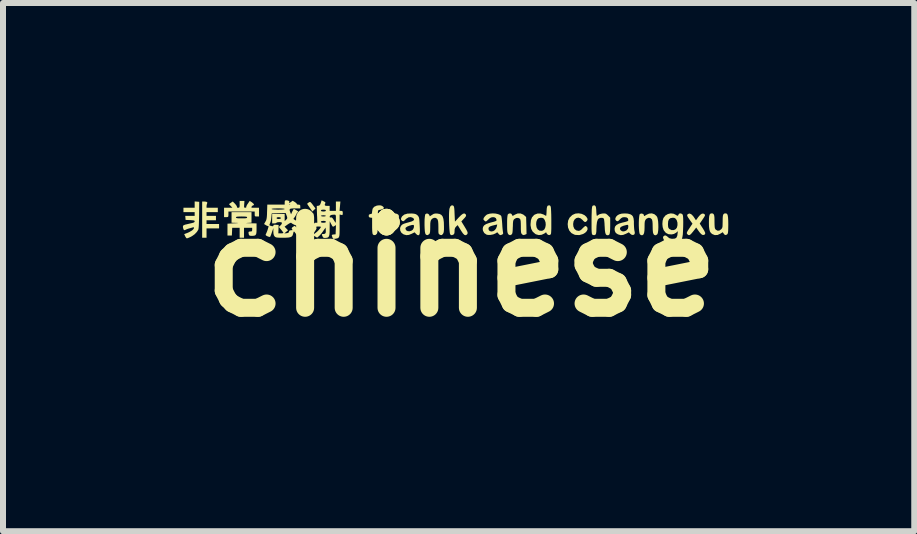
<source format=kicad_pcb>
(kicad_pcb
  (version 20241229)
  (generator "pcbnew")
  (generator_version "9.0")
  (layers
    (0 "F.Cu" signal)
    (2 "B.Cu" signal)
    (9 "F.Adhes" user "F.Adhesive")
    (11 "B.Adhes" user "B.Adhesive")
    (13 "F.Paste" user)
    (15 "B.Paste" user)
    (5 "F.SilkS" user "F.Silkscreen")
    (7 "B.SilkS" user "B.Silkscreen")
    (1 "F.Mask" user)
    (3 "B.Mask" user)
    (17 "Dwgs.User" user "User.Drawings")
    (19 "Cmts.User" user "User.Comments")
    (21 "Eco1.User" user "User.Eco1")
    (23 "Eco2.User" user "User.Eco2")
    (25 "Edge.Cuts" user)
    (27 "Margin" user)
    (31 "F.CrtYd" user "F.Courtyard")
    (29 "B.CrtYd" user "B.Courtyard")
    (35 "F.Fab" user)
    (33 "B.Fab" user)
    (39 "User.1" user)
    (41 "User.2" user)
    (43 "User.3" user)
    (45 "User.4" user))
  (footprint "chinese"
    (layer "F.Cu")
    (at 4.645 1.404)
    (property "Reference" "chinese" (at 0 0 0) (layer "F.SilkS") (effects (font (size 1.5 1.5) (thickness 0.3))))
    (attr board_only exclude_from_pos_files exclude_from_bom)
    (fp_poly (pts (xy -2.51 -1.076) (xy -2.491 -1.054) (xy -2.478 -1.036) (xy -2.434 -0.978) (xy -2.46 -0.952) (xy -2.486 -0.927) (xy -2.529 -0.989) (xy -2.551 -1.02) (xy -2.566 -1.043) (xy -2.573 -1.055) (xy -2.573 -1.056) (xy -2.566 -1.064) (xy -2.548 -1.077) (xy -2.534 -1.085) (xy -2.523 -1.086)) (stroke (width 0) (type solid)) (fill yes) (layer "F.SilkS"))
    (fp_poly (pts (xy -4.29 -1.094) (xy -4.255 -1.09) (xy -4.238 -1.079) (xy -4.241 -1.063) (xy -4.241 -1.062) (xy -4.248 -1.041) (xy -4.251 -1.018) (xy -4.251 -0.99) (xy -4.157 -0.99) (xy -4.063 -0.99) (xy -4.063 -0.953) (xy -4.063 -0.917) (xy -4.157 -0.917) (xy -4.251 -0.917) (xy -4.251 -0.886) (xy -4.251 -0.854) (xy -4.173 -0.854) (xy -4.094 -0.854) (xy -4.094 -0.818) (xy -4.094 -0.781) (xy -4.173 -0.781) (xy -4.251 -0.781) (xy -4.251 -0.75) (xy -4.251 -0.719) (xy -4.147 -0.719) (xy -4.042 -0.719) (xy -4.042 -0.682) (xy -4.042 -0.646) (xy -4.147 -0.646) (xy -4.251 -0.646) (xy -4.251 -0.568) (xy -4.251 -0.49) (xy -4.287 -0.49) (xy -4.324 -0.49) (xy -4.324 -0.792) (xy -4.324 -1.094)) (stroke (width 0) (type solid)) (fill yes) (layer "F.SilkS"))
    (fp_poly (pts (xy -1.22 -0.889) (xy -1.207 -0.876) (xy -1.197 -0.863) (xy -1.187 -0.863) (xy -1.169 -0.876) (xy -1.169 -0.876) (xy -1.139 -0.891) (xy -1.105 -0.894) (xy -1.074 -0.888) (xy -1.051 -0.872) (xy -1.042 -0.85) (xy -1.042 -0.85) (xy -1.048 -0.824) (xy -1.067 -0.811) (xy -1.101 -0.809) (xy -1.109 -0.81) (xy -1.141 -0.81) (xy -1.163 -0.801) (xy -1.177 -0.779) (xy -1.185 -0.742) (xy -1.188 -0.688) (xy -1.188 -0.677) (xy -1.191 -0.612) (xy -1.201 -0.566) (xy -1.217 -0.54) (xy -1.24 -0.534) (xy -1.263 -0.542) (xy -1.27 -0.549) (xy -1.275 -0.56) (xy -1.279 -0.58) (xy -1.28 -0.611) (xy -1.281 -0.656) (xy -1.281 -0.712) (xy -1.281 -0.783) (xy -1.279 -0.835) (xy -1.275 -0.868) (xy -1.269 -0.883) (xy -1.269 -0.883) (xy -1.245 -0.895)) (stroke (width 0) (type solid)) (fill yes) (layer "F.SilkS"))
    (fp_poly (pts (xy 2.005 -0.888) (xy 2.052 -0.866) (xy 2.082 -0.839) (xy 2.1 -0.81) (xy 2.102 -0.787) (xy 2.088 -0.767) (xy 2.088 -0.766) (xy 2.071 -0.753) (xy 2.055 -0.753) (xy 2.035 -0.768) (xy 2.018 -0.787) (xy 1.983 -0.815) (xy 1.948 -0.825) (xy 1.916 -0.818) (xy 1.888 -0.797) (xy 1.869 -0.763) (xy 1.862 -0.719) (xy 1.866 -0.677) (xy 1.883 -0.638) (xy 1.913 -0.613) (xy 1.951 -0.604) (xy 1.975 -0.609) (xy 2.001 -0.627) (xy 2.022 -0.649) (xy 2.047 -0.673) (xy 2.063 -0.684) (xy 2.076 -0.684) (xy 2.081 -0.681) (xy 2.1 -0.659) (xy 2.103 -0.631) (xy 2.09 -0.601) (xy 2.063 -0.573) (xy 2.028 -0.552) (xy 1.966 -0.534) (xy 1.901 -0.537) (xy 1.882 -0.542) (xy 1.834 -0.567) (xy 1.799 -0.607) (xy 1.777 -0.66) (xy 1.771 -0.717) (xy 1.779 -0.777) (xy 1.803 -0.825) (xy 1.845 -0.866) (xy 1.854 -0.872) (xy 1.899 -0.892) (xy 1.952 -0.897)) (stroke (width 0) (type solid)) (fill yes) (layer "F.SilkS"))
    (fp_poly (pts (xy 3.83 -0.883) (xy 3.861 -0.853) (xy 3.875 -0.834) (xy 3.91 -0.781) (xy 3.948 -0.834) (xy 3.981 -0.872) (xy 4.011 -0.892) (xy 4.038 -0.891) (xy 4.048 -0.885) (xy 4.058 -0.876) (xy 4.061 -0.865) (xy 4.056 -0.851) (xy 4.042 -0.827) (xy 4.018 -0.791) (xy 3.973 -0.725) (xy 4.023 -0.648) (xy 4.049 -0.605) (xy 4.063 -0.574) (xy 4.064 -0.554) (xy 4.052 -0.541) (xy 4.041 -0.536) (xy 4.02 -0.536) (xy 3.997 -0.551) (xy 3.969 -0.582) (xy 3.946 -0.614) (xy 3.914 -0.66) (xy 3.895 -0.635) (xy 3.858 -0.588) (xy 3.831 -0.556) (xy 3.811 -0.538) (xy 3.795 -0.532) (xy 3.781 -0.536) (xy 3.767 -0.548) (xy 3.759 -0.558) (xy 3.757 -0.569) (xy 3.762 -0.586) (xy 3.776 -0.611) (xy 3.801 -0.648) (xy 3.813 -0.667) (xy 3.852 -0.724) (xy 3.807 -0.787) (xy 3.781 -0.824) (xy 3.767 -0.849) (xy 3.763 -0.866) (xy 3.769 -0.878) (xy 3.777 -0.885) (xy 3.801 -0.894)) (stroke (width 0) (type solid)) (fill yes) (layer "F.SilkS"))
    (fp_poly (pts (xy -1.329 -1.023) (xy -1.313 -1.013) (xy -1.296 -0.997) (xy -1.295 -0.984) (xy -1.301 -0.976) (xy -1.32 -0.964) (xy -1.348 -0.957) (xy -1.353 -0.956) (xy -1.378 -0.952) (xy -1.39 -0.942) (xy -1.394 -0.919) (xy -1.394 -0.896) (xy -1.386 -0.887) (xy -1.373 -0.886) (xy -1.348 -0.881) (xy -1.336 -0.874) (xy -1.33 -0.856) (xy -1.338 -0.837) (xy -1.358 -0.825) (xy -1.37 -0.823) (xy -1.396 -0.823) (xy -1.396 -0.7) (xy -1.397 -0.642) (xy -1.399 -0.602) (xy -1.404 -0.574) (xy -1.411 -0.557) (xy -1.412 -0.554) (xy -1.435 -0.535) (xy -1.461 -0.534) (xy -1.477 -0.544) (xy -1.484 -0.561) (xy -1.488 -0.598) (xy -1.49 -0.654) (xy -1.49 -0.689) (xy -1.49 -0.822) (xy -1.518 -0.825) (xy -1.54 -0.832) (xy -1.547 -0.849) (xy -1.547 -0.854) (xy -1.543 -0.874) (xy -1.525 -0.883) (xy -1.518 -0.884) (xy -1.5 -0.888) (xy -1.492 -0.9) (xy -1.49 -0.926) (xy -1.49 -0.927) (xy -1.482 -0.973) (xy -1.457 -1.005) (xy -1.416 -1.024) (xy -1.39 -1.029) (xy -1.354 -1.03)) (stroke (width 0) (type solid)) (fill yes) (layer "F.SilkS"))
    (fp_poly (pts (xy -0.138 -1.025) (xy -0.13 -1.017) (xy -0.124 -1.002) (xy -0.12 -0.977) (xy -0.117 -0.937) (xy -0.115 -0.886) (xy -0.109 -0.758) (xy -0.046 -0.827) (xy -0.006 -0.867) (xy 0.025 -0.89) (xy 0.049 -0.895) (xy 0.066 -0.885) (xy 0.073 -0.875) (xy 0.077 -0.861) (xy 0.072 -0.845) (xy 0.055 -0.823) (xy 0.041 -0.808) (xy -0.002 -0.762) (xy 0.051 -0.676) (xy 0.079 -0.629) (xy 0.096 -0.596) (xy 0.103 -0.572) (xy 0.1 -0.556) (xy 0.092 -0.544) (xy 0.071 -0.532) (xy 0.049 -0.537) (xy 0.025 -0.561) (xy 0.004 -0.591) (xy -0.018 -0.626) (xy -0.037 -0.657) (xy -0.049 -0.676) (xy -0.064 -0.7) (xy -0.089 -0.676) (xy -0.106 -0.655) (xy -0.114 -0.628) (xy -0.115 -0.603) (xy -0.117 -0.569) (xy -0.125 -0.55) (xy -0.135 -0.542) (xy -0.16 -0.532) (xy -0.178 -0.537) (xy -0.189 -0.549) (xy -0.194 -0.565) (xy -0.198 -0.598) (xy -0.202 -0.643) (xy -0.205 -0.698) (xy -0.207 -0.757) (xy -0.208 -0.816) (xy -0.208 -0.873) (xy -0.206 -0.922) (xy -0.203 -0.959) (xy -0.201 -0.973) (xy -0.188 -1.009) (xy -0.169 -1.028) (xy -0.146 -1.029)) (stroke (width 0) (type solid)) (fill yes) (layer "F.SilkS"))
    (fp_poly (pts (xy 0.832 -0.888) (xy 0.841 -0.875) (xy 0.847 -0.859) (xy 0.857 -0.856) (xy 0.875 -0.865) (xy 0.891 -0.875) (xy 0.936 -0.894) (xy 0.984 -0.895) (xy 1.029 -0.877) (xy 1.044 -0.866) (xy 1.078 -0.835) (xy 1.082 -0.694) (xy 1.085 -0.552) (xy 1.058 -0.54) (xy 1.035 -0.534) (xy 1.017 -0.541) (xy 1.011 -0.547) (xy 1.001 -0.558) (xy 0.995 -0.572) (xy 0.992 -0.595) (xy 0.99 -0.631) (xy 0.99 -0.678) (xy 0.989 -0.732) (xy 0.987 -0.768) (xy 0.982 -0.791) (xy 0.975 -0.805) (xy 0.973 -0.807) (xy 0.945 -0.821) (xy 0.912 -0.819) (xy 0.884 -0.803) (xy 0.873 -0.793) (xy 0.866 -0.78) (xy 0.861 -0.76) (xy 0.858 -0.728) (xy 0.857 -0.682) (xy 0.856 -0.67) (xy 0.854 -0.617) (xy 0.851 -0.581) (xy 0.846 -0.559) (xy 0.838 -0.546) (xy 0.836 -0.544) (xy 0.811 -0.532) (xy 0.789 -0.54) (xy 0.777 -0.554) (xy 0.77 -0.569) (xy 0.765 -0.592) (xy 0.762 -0.627) (xy 0.761 -0.677) (xy 0.761 -0.717) (xy 0.761 -0.77) (xy 0.763 -0.817) (xy 0.767 -0.853) (xy 0.771 -0.874) (xy 0.771 -0.876) (xy 0.789 -0.892) (xy 0.812 -0.896)) (stroke (width 0) (type solid)) (fill yes) (layer "F.SilkS"))
    (fp_poly (pts (xy 3.217 -0.882) (xy 3.251 -0.853) (xy 3.264 -0.833) (xy 3.272 -0.805) (xy 3.279 -0.764) (xy 3.282 -0.715) (xy 3.283 -0.665) (xy 3.281 -0.617) (xy 3.276 -0.578) (xy 3.269 -0.553) (xy 3.265 -0.548) (xy 3.246 -0.534) (xy 3.235 -0.531) (xy 3.215 -0.536) (xy 3.202 -0.551) (xy 3.193 -0.579) (xy 3.189 -0.624) (xy 3.188 -0.67) (xy 3.187 -0.726) (xy 3.184 -0.764) (xy 3.178 -0.789) (xy 3.172 -0.8) (xy 3.147 -0.82) (xy 3.117 -0.822) (xy 3.087 -0.808) (xy 3.074 -0.796) (xy 3.064 -0.78) (xy 3.057 -0.76) (xy 3.054 -0.732) (xy 3.053 -0.691) (xy 3.053 -0.666) (xy 3.051 -0.608) (xy 3.045 -0.569) (xy 3.035 -0.545) (xy 3.019 -0.533) (xy 3.006 -0.531) (xy 2.987 -0.538) (xy 2.975 -0.548) (xy 2.968 -0.565) (xy 2.963 -0.598) (xy 2.959 -0.643) (xy 2.957 -0.694) (xy 2.957 -0.747) (xy 2.959 -0.797) (xy 2.963 -0.84) (xy 2.968 -0.871) (xy 2.974 -0.885) (xy 2.996 -0.894) (xy 3.02 -0.89) (xy 3.038 -0.878) (xy 3.042 -0.865) (xy 3.043 -0.853) (xy 3.05 -0.852) (xy 3.068 -0.862) (xy 3.08 -0.87) (xy 3.127 -0.892) (xy 3.174 -0.896)) (stroke (width 0) (type solid)) (fill yes) (layer "F.SilkS"))
    (fp_poly (pts (xy -0.551 -0.886) (xy -0.537 -0.869) (xy -0.528 -0.847) (xy -0.49 -0.872) (xy -0.461 -0.889) (xy -0.431 -0.894) (xy -0.404 -0.893) (xy -0.364 -0.886) (xy -0.335 -0.87) (xy -0.314 -0.843) (xy -0.301 -0.803) (xy -0.294 -0.748) (xy -0.292 -0.676) (xy -0.292 -0.626) (xy -0.295 -0.592) (xy -0.3 -0.57) (xy -0.309 -0.554) (xy -0.311 -0.551) (xy -0.328 -0.535) (xy -0.344 -0.534) (xy -0.358 -0.539) (xy -0.37 -0.546) (xy -0.378 -0.554) (xy -0.383 -0.568) (xy -0.385 -0.592) (xy -0.385 -0.631) (xy -0.385 -0.664) (xy -0.386 -0.72) (xy -0.389 -0.76) (xy -0.395 -0.785) (xy -0.402 -0.8) (xy -0.426 -0.82) (xy -0.457 -0.822) (xy -0.487 -0.808) (xy -0.499 -0.796) (xy -0.51 -0.78) (xy -0.516 -0.76) (xy -0.52 -0.732) (xy -0.521 -0.69) (xy -0.521 -0.667) (xy -0.522 -0.618) (xy -0.524 -0.586) (xy -0.529 -0.565) (xy -0.536 -0.552) (xy -0.54 -0.549) (xy -0.564 -0.533) (xy -0.585 -0.537) (xy -0.598 -0.548) (xy -0.605 -0.565) (xy -0.611 -0.598) (xy -0.614 -0.642) (xy -0.616 -0.693) (xy -0.616 -0.746) (xy -0.615 -0.796) (xy -0.611 -0.84) (xy -0.606 -0.871) (xy -0.6 -0.885) (xy -0.575 -0.895)) (stroke (width 0) (type solid)) (fill yes) (layer "F.SilkS"))
    (fp_poly (pts (xy 4.42 -0.893) (xy 4.432 -0.882) (xy 4.44 -0.861) (xy 4.445 -0.827) (xy 4.448 -0.777) (xy 4.449 -0.71) (xy 4.448 -0.65) (xy 4.447 -0.607) (xy 4.444 -0.578) (xy 4.44 -0.56) (xy 4.433 -0.549) (xy 4.432 -0.547) (xy 4.408 -0.534) (xy 4.386 -0.541) (xy 4.365 -0.569) (xy 4.359 -0.581) (xy 4.35 -0.578) (xy 4.33 -0.566) (xy 4.318 -0.558) (xy 4.271 -0.536) (xy 4.224 -0.534) (xy 4.182 -0.551) (xy 4.159 -0.57) (xy 4.143 -0.595) (xy 4.133 -0.631) (xy 4.127 -0.68) (xy 4.126 -0.747) (xy 4.126 -0.747) (xy 4.127 -0.808) (xy 4.131 -0.85) (xy 4.139 -0.877) (xy 4.152 -0.892) (xy 4.17 -0.896) (xy 4.171 -0.896) (xy 4.191 -0.894) (xy 4.204 -0.884) (xy 4.213 -0.865) (xy 4.218 -0.832) (xy 4.219 -0.783) (xy 4.219 -0.758) (xy 4.22 -0.707) (xy 4.222 -0.673) (xy 4.225 -0.65) (xy 4.232 -0.635) (xy 4.24 -0.625) (xy 4.27 -0.607) (xy 4.3 -0.609) (xy 4.329 -0.63) (xy 4.341 -0.643) (xy 4.348 -0.657) (xy 4.353 -0.678) (xy 4.354 -0.709) (xy 4.355 -0.755) (xy 4.355 -0.763) (xy 4.356 -0.819) (xy 4.359 -0.856) (xy 4.367 -0.88) (xy 4.379 -0.892) (xy 4.398 -0.896) (xy 4.403 -0.896)) (stroke (width 0) (type solid)) (fill yes) (layer "F.SilkS"))
    (fp_poly (pts (xy -3.623 -1.047) (xy -3.625 -1.014) (xy -3.624 -0.997) (xy -3.616 -0.991) (xy -3.605 -0.99) (xy -3.59 -0.994) (xy -3.589 -1) (xy -3.587 -1.014) (xy -3.576 -1.038) (xy -3.563 -1.057) (xy -3.531 -1.104) (xy -3.495 -1.081) (xy -3.471 -1.061) (xy -3.46 -1.044) (xy -3.462 -1.034) (xy -3.472 -1.031) (xy -3.487 -1.023) (xy -3.498 -1.011) (xy -3.504 -0.999) (xy -3.501 -0.993) (xy -3.486 -0.99) (xy -3.455 -0.99) (xy -3.443 -0.99) (xy -3.376 -0.99) (xy -3.376 -0.917) (xy -3.376 -0.844) (xy -3.412 -0.844) (xy -3.435 -0.845) (xy -3.446 -0.853) (xy -3.448 -0.873) (xy -3.448 -0.886) (xy -3.448 -0.927) (xy -3.667 -0.927) (xy -3.886 -0.927) (xy -3.886 -0.88) (xy -3.887 -0.852) (xy -3.892 -0.838) (xy -3.906 -0.834) (xy -3.923 -0.833) (xy -3.959 -0.833) (xy -3.959 -0.912) (xy -3.959 -0.99) (xy -3.889 -0.99) (xy -3.82 -0.99) (xy -3.848 -1.02) (xy -3.877 -1.05) (xy -3.846 -1.072) (xy -3.814 -1.094) (xy -3.777 -1.057) (xy -3.756 -1.032) (xy -3.745 -1.012) (xy -3.744 -1.004) (xy -3.742 -0.993) (xy -3.724 -0.99) (xy -3.71 -0.991) (xy -3.702 -0.999) (xy -3.699 -1.019) (xy -3.699 -1.047) (xy -3.699 -1.104) (xy -3.659 -1.104) (xy -3.619 -1.104)) (stroke (width 0) (type solid)) (fill yes) (layer "F.SilkS"))
    (fp_poly (pts (xy 2.227 -1.025) (xy 2.237 -1.014) (xy 2.243 -0.993) (xy 2.247 -0.958) (xy 2.248 -0.934) (xy 2.25 -0.896) (xy 2.254 -0.868) (xy 2.257 -0.855) (xy 2.258 -0.854) (xy 2.27 -0.861) (xy 2.283 -0.871) (xy 2.305 -0.883) (xy 2.337 -0.891) (xy 2.354 -0.894) (xy 2.387 -0.895) (xy 2.409 -0.89) (xy 2.429 -0.875) (xy 2.443 -0.862) (xy 2.48 -0.825) (xy 2.48 -0.691) (xy 2.479 -0.629) (xy 2.476 -0.586) (xy 2.471 -0.557) (xy 2.463 -0.54) (xy 2.45 -0.533) (xy 2.437 -0.531) (xy 2.419 -0.535) (xy 2.406 -0.549) (xy 2.397 -0.576) (xy 2.391 -0.618) (xy 2.388 -0.678) (xy 2.387 -0.681) (xy 2.385 -0.729) (xy 2.381 -0.77) (xy 2.377 -0.799) (xy 2.373 -0.81) (xy 2.353 -0.821) (xy 2.323 -0.822) (xy 2.293 -0.813) (xy 2.292 -0.813) (xy 2.272 -0.791) (xy 2.259 -0.749) (xy 2.252 -0.689) (xy 2.25 -0.64) (xy 2.249 -0.593) (xy 2.244 -0.56) (xy 2.238 -0.544) (xy 2.214 -0.532) (xy 2.188 -0.537) (xy 2.179 -0.546) (xy 2.174 -0.559) (xy 2.171 -0.59) (xy 2.169 -0.637) (xy 2.169 -0.703) (xy 2.169 -0.787) (xy 2.17 -0.862) (xy 2.172 -0.919) (xy 2.173 -0.96) (xy 2.176 -0.989) (xy 2.179 -1.007) (xy 2.184 -1.018) (xy 2.189 -1.024) (xy 2.19 -1.025) (xy 2.213 -1.031)) (stroke (width 0) (type solid)) (fill yes) (layer "F.SilkS"))
    (fp_poly (pts (xy -4.411 -1.092) (xy -4.373 -1.089) (xy -4.375 -0.872) (xy -4.376 -0.805) (xy -4.378 -0.744) (xy -4.38 -0.692) (xy -4.383 -0.652) (xy -4.387 -0.629) (xy -4.387 -0.627) (xy -4.411 -0.588) (xy -4.449 -0.548) (xy -4.496 -0.515) (xy -4.516 -0.504) (xy -4.547 -0.49) (xy -4.571 -0.481) (xy -4.58 -0.479) (xy -4.591 -0.488) (xy -4.605 -0.509) (xy -4.607 -0.515) (xy -4.624 -0.55) (xy -4.576 -0.568) (xy -4.538 -0.585) (xy -4.503 -0.605) (xy -4.493 -0.611) (xy -4.471 -0.632) (xy -4.46 -0.65) (xy -4.461 -0.662) (xy -4.475 -0.664) (xy -4.477 -0.663) (xy -4.498 -0.657) (xy -4.529 -0.648) (xy -4.542 -0.645) (xy -4.573 -0.635) (xy -4.594 -0.626) (xy -4.599 -0.623) (xy -4.619 -0.615) (xy -4.634 -0.626) (xy -4.642 -0.652) (xy -4.645 -0.673) (xy -4.643 -0.688) (xy -4.631 -0.699) (xy -4.608 -0.708) (xy -4.569 -0.717) (xy -4.536 -0.725) (xy -4.492 -0.735) (xy -4.465 -0.743) (xy -4.452 -0.752) (xy -4.449 -0.762) (xy -4.451 -0.772) (xy -4.463 -0.778) (xy -4.487 -0.781) (xy -4.524 -0.784) (xy -4.6 -0.787) (xy -4.603 -0.82) (xy -4.606 -0.854) (xy -4.527 -0.854) (xy -4.449 -0.854) (xy -4.449 -0.886) (xy -4.449 -0.917) (xy -4.542 -0.917) (xy -4.636 -0.917) (xy -4.636 -0.953) (xy -4.636 -0.99) (xy -4.542 -0.99) (xy -4.449 -0.99) (xy -4.449 -1.042) (xy -4.449 -1.095)) (stroke (width 0) (type solid)) (fill yes) (layer "F.SilkS"))
    (fp_poly (pts (xy 1.477 -1.025) (xy 1.483 -1.019) (xy 1.487 -1.009) (xy 1.491 -0.992) (xy 1.493 -0.965) (xy 1.495 -0.926) (xy 1.497 -0.872) (xy 1.498 -0.799) (xy 1.498 -0.787) (xy 1.498 -0.703) (xy 1.498 -0.639) (xy 1.496 -0.593) (xy 1.494 -0.563) (xy 1.489 -0.547) (xy 1.488 -0.545) (xy 1.467 -0.534) (xy 1.443 -0.538) (xy 1.424 -0.556) (xy 1.422 -0.559) (xy 1.411 -0.581) (xy 1.382 -0.56) (xy 1.337 -0.539) (xy 1.288 -0.534) (xy 1.242 -0.547) (xy 1.23 -0.554) (xy 1.188 -0.591) (xy 1.163 -0.637) (xy 1.152 -0.695) (xy 1.152 -0.712) (xy 1.245 -0.712) (xy 1.252 -0.664) (xy 1.271 -0.629) (xy 1.301 -0.608) (xy 1.338 -0.605) (xy 1.359 -0.611) (xy 1.383 -0.63) (xy 1.398 -0.663) (xy 1.405 -0.704) (xy 1.402 -0.746) (xy 1.388 -0.785) (xy 1.386 -0.789) (xy 1.369 -0.812) (xy 1.349 -0.821) (xy 1.324 -0.823) (xy 1.286 -0.816) (xy 1.262 -0.793) (xy 1.248 -0.754) (xy 1.245 -0.712) (xy 1.152 -0.712) (xy 1.152 -0.719) (xy 1.158 -0.782) (xy 1.176 -0.83) (xy 1.208 -0.866) (xy 1.222 -0.876) (xy 1.268 -0.893) (xy 1.32 -0.893) (xy 1.367 -0.878) (xy 1.373 -0.875) (xy 1.396 -0.862) (xy 1.41 -0.855) (xy 1.412 -0.854) (xy 1.414 -0.864) (xy 1.417 -0.889) (xy 1.419 -0.925) (xy 1.419 -0.934) (xy 1.422 -0.978) (xy 1.427 -1.005) (xy 1.435 -1.02) (xy 1.44 -1.025) (xy 1.463 -1.031)) (stroke (width 0) (type solid)) (fill yes) (layer "F.SilkS"))
    (fp_poly (pts (xy 2.774 -0.892) (xy 2.814 -0.881) (xy 2.818 -0.88) (xy 2.843 -0.864) (xy 2.86 -0.842) (xy 2.87 -0.81) (xy 2.875 -0.764) (xy 2.875 -0.719) (xy 2.877 -0.674) (xy 2.88 -0.634) (xy 2.884 -0.606) (xy 2.886 -0.6) (xy 2.891 -0.567) (xy 2.881 -0.544) (xy 2.86 -0.535) (xy 2.834 -0.541) (xy 2.816 -0.555) (xy 2.791 -0.58) (xy 2.743 -0.556) (xy 2.696 -0.537) (xy 2.655 -0.533) (xy 2.613 -0.545) (xy 2.608 -0.547) (xy 2.574 -0.569) (xy 2.557 -0.602) (xy 2.553 -0.639) (xy 2.556 -0.653) (xy 2.644 -0.653) (xy 2.644 -0.632) (xy 2.653 -0.616) (xy 2.677 -0.598) (xy 2.709 -0.595) (xy 2.744 -0.608) (xy 2.754 -0.615) (xy 2.776 -0.641) (xy 2.782 -0.673) (xy 2.78 -0.697) (xy 2.773 -0.705) (xy 2.754 -0.703) (xy 2.753 -0.703) (xy 2.697 -0.688) (xy 2.662 -0.672) (xy 2.644 -0.653) (xy 2.556 -0.653) (xy 2.56 -0.674) (xy 2.584 -0.702) (xy 2.625 -0.725) (xy 2.685 -0.743) (xy 2.699 -0.746) (xy 2.74 -0.756) (xy 2.765 -0.764) (xy 2.778 -0.772) (xy 2.782 -0.783) (xy 2.782 -0.786) (xy 2.774 -0.814) (xy 2.751 -0.829) (xy 2.717 -0.833) (xy 2.688 -0.83) (xy 2.664 -0.817) (xy 2.642 -0.796) (xy 2.62 -0.774) (xy 2.605 -0.765) (xy 2.59 -0.768) (xy 2.585 -0.77) (xy 2.567 -0.789) (xy 2.566 -0.814) (xy 2.579 -0.841) (xy 2.604 -0.866) (xy 2.632 -0.881) (xy 2.673 -0.892) (xy 2.723 -0.895)) (stroke (width 0) (type solid)) (fill yes) (layer "F.SilkS"))
    (fp_poly (pts (xy -0.827 -0.894) (xy -0.787 -0.89) (xy -0.76 -0.882) (xy -0.739 -0.869) (xy -0.732 -0.862) (xy -0.721 -0.849) (xy -0.713 -0.836) (xy -0.707 -0.818) (xy -0.703 -0.79) (xy -0.7 -0.75) (xy -0.697 -0.696) (xy -0.694 -0.633) (xy -0.694 -0.588) (xy -0.697 -0.558) (xy -0.704 -0.54) (xy -0.714 -0.533) (xy -0.724 -0.531) (xy -0.739 -0.538) (xy -0.759 -0.555) (xy -0.759 -0.556) (xy -0.782 -0.58) (xy -0.83 -0.556) (xy -0.877 -0.537) (xy -0.918 -0.533) (xy -0.96 -0.544) (xy -0.967 -0.547) (xy -1.001 -0.572) (xy -1.021 -0.608) (xy -1.024 -0.648) (xy -1.023 -0.651) (xy -0.934 -0.651) (xy -0.932 -0.632) (xy -0.921 -0.613) (xy -0.895 -0.599) (xy -0.862 -0.598) (xy -0.829 -0.61) (xy -0.81 -0.626) (xy -0.796 -0.653) (xy -0.792 -0.678) (xy -0.794 -0.698) (xy -0.803 -0.704) (xy -0.826 -0.702) (xy -0.87 -0.69) (xy -0.906 -0.675) (xy -0.929 -0.658) (xy -0.934 -0.651) (xy -1.023 -0.651) (xy -1.018 -0.669) (xy -1.005 -0.692) (xy -0.988 -0.709) (xy -0.961 -0.723) (xy -0.92 -0.736) (xy -0.875 -0.748) (xy -0.826 -0.763) (xy -0.798 -0.779) (xy -0.79 -0.797) (xy -0.803 -0.816) (xy -0.808 -0.82) (xy -0.844 -0.834) (xy -0.883 -0.83) (xy -0.92 -0.807) (xy -0.932 -0.796) (xy -0.954 -0.774) (xy -0.969 -0.765) (xy -0.983 -0.768) (xy -0.988 -0.77) (xy -1.007 -0.789) (xy -1.007 -0.816) (xy -0.99 -0.847) (xy -0.954 -0.876) (xy -0.901 -0.892) (xy -0.833 -0.894)) (stroke (width 0) (type solid)) (fill yes) (layer "F.SilkS"))
    (fp_poly (pts (xy 0.568 -0.893) (xy 0.612 -0.883) (xy 0.647 -0.868) (xy 0.663 -0.853) (xy 0.667 -0.837) (xy 0.672 -0.805) (xy 0.676 -0.763) (xy 0.679 -0.724) (xy 0.682 -0.674) (xy 0.686 -0.63) (xy 0.69 -0.596) (xy 0.693 -0.581) (xy 0.695 -0.559) (xy 0.684 -0.546) (xy 0.672 -0.54) (xy 0.651 -0.533) (xy 0.636 -0.538) (xy 0.62 -0.554) (xy 0.597 -0.581) (xy 0.566 -0.561) (xy 0.528 -0.545) (xy 0.483 -0.537) (xy 0.44 -0.537) (xy 0.417 -0.542) (xy 0.38 -0.568) (xy 0.359 -0.606) (xy 0.354 -0.636) (xy 0.356 -0.648) (xy 0.45 -0.648) (xy 0.454 -0.619) (xy 0.471 -0.601) (xy 0.498 -0.594) (xy 0.53 -0.6) (xy 0.556 -0.617) (xy 0.577 -0.645) (xy 0.589 -0.676) (xy 0.596 -0.711) (xy 0.561 -0.703) (xy 0.509 -0.69) (xy 0.476 -0.678) (xy 0.457 -0.664) (xy 0.45 -0.648) (xy 0.356 -0.648) (xy 0.36 -0.669) (xy 0.377 -0.695) (xy 0.41 -0.717) (xy 0.459 -0.735) (xy 0.498 -0.746) (xy 0.542 -0.757) (xy 0.568 -0.766) (xy 0.582 -0.774) (xy 0.585 -0.784) (xy 0.585 -0.788) (xy 0.573 -0.817) (xy 0.548 -0.831) (xy 0.524 -0.833) (xy 0.494 -0.828) (xy 0.465 -0.81) (xy 0.451 -0.797) (xy 0.428 -0.776) (xy 0.411 -0.763) (xy 0.405 -0.761) (xy 0.393 -0.767) (xy 0.376 -0.781) (xy 0.366 -0.795) (xy 0.365 -0.798) (xy 0.372 -0.821) (xy 0.392 -0.848) (xy 0.417 -0.871) (xy 0.431 -0.879) (xy 0.471 -0.891) (xy 0.519 -0.896)) (stroke (width 0) (type solid)) (fill yes) (layer "F.SilkS"))
    (fp_poly (pts (xy -3.501 -0.829) (xy -3.501 -0.741) (xy -3.566 -0.737) (xy -3.588 -0.735) (xy -3.592 -0.734) (xy -3.575 -0.733) (xy -3.538 -0.732) (xy -3.524 -0.731) (xy -3.417 -0.729) (xy -3.417 -0.636) (xy -3.418 -0.586) (xy -3.423 -0.553) (xy -3.435 -0.533) (xy -3.455 -0.524) (xy -3.487 -0.521) (xy -3.499 -0.521) (xy -3.527 -0.523) (xy -3.541 -0.532) (xy -3.546 -0.544) (xy -3.552 -0.574) (xy -3.547 -0.589) (xy -3.529 -0.594) (xy -3.521 -0.594) (xy -3.499 -0.596) (xy -3.491 -0.609) (xy -3.49 -0.625) (xy -3.49 -0.656) (xy -3.558 -0.656) (xy -3.626 -0.656) (xy -3.626 -0.573) (xy -3.626 -0.49) (xy -3.662 -0.49) (xy -3.699 -0.49) (xy -3.699 -0.573) (xy -3.699 -0.656) (xy -3.761 -0.656) (xy -3.823 -0.656) (xy -3.826 -0.591) (xy -3.829 -0.526) (xy -3.865 -0.526) (xy -3.902 -0.526) (xy -3.902 -0.625) (xy -3.902 -0.724) (xy -3.797 -0.73) (xy -3.753 -0.732) (xy -3.729 -0.734) (xy -3.723 -0.736) (xy -3.736 -0.737) (xy -3.764 -0.738) (xy -3.834 -0.74) (xy -3.834 -0.828) (xy -3.761 -0.828) (xy -3.757 -0.821) (xy -3.744 -0.816) (xy -3.717 -0.813) (xy -3.674 -0.813) (xy -3.667 -0.813) (xy -3.622 -0.813) (xy -3.593 -0.815) (xy -3.578 -0.82) (xy -3.574 -0.827) (xy -3.574 -0.828) (xy -3.577 -0.836) (xy -3.59 -0.841) (xy -3.617 -0.843) (xy -3.66 -0.844) (xy -3.667 -0.844) (xy -3.713 -0.843) (xy -3.742 -0.841) (xy -3.756 -0.837) (xy -3.761 -0.829) (xy -3.761 -0.828) (xy -3.834 -0.828) (xy -3.834 -0.917) (xy -3.667 -0.917) (xy -3.501 -0.917)) (stroke (width 0) (type solid)) (fill yes) (layer "F.SilkS"))
    (fp_poly (pts (xy 3.676 -0.888) (xy 3.689 -0.874) (xy 3.694 -0.853) (xy 3.697 -0.811) (xy 3.698 -0.749) (xy 3.697 -0.679) (xy 3.694 -0.603) (xy 3.691 -0.545) (xy 3.684 -0.502) (xy 3.675 -0.47) (xy 3.661 -0.448) (xy 3.643 -0.432) (xy 3.628 -0.424) (xy 3.583 -0.409) (xy 3.527 -0.403) (xy 3.475 -0.406) (xy 3.422 -0.42) (xy 3.385 -0.445) (xy 3.37 -0.463) (xy 3.36 -0.491) (xy 3.368 -0.515) (xy 3.388 -0.527) (xy 3.409 -0.526) (xy 3.434 -0.509) (xy 3.442 -0.501) (xy 3.471 -0.478) (xy 3.501 -0.47) (xy 3.517 -0.469) (xy 3.558 -0.473) (xy 3.583 -0.49) (xy 3.598 -0.521) (xy 3.602 -0.548) (xy 3.608 -0.599) (xy 3.58 -0.574) (xy 3.543 -0.553) (xy 3.504 -0.545) (xy 3.451 -0.549) (xy 3.408 -0.571) (xy 3.375 -0.611) (xy 3.37 -0.621) (xy 3.355 -0.666) (xy 3.35 -0.717) (xy 3.443 -0.717) (xy 3.445 -0.68) (xy 3.45 -0.657) (xy 3.461 -0.641) (xy 3.468 -0.635) (xy 3.504 -0.617) (xy 3.543 -0.618) (xy 3.574 -0.634) (xy 3.593 -0.661) (xy 3.602 -0.7) (xy 3.601 -0.743) (xy 3.589 -0.782) (xy 3.585 -0.789) (xy 3.566 -0.812) (xy 3.545 -0.822) (xy 3.523 -0.823) (xy 3.486 -0.817) (xy 3.461 -0.799) (xy 3.447 -0.766) (xy 3.443 -0.717) (xy 3.35 -0.717) (xy 3.35 -0.72) (xy 3.354 -0.773) (xy 3.367 -0.818) (xy 3.369 -0.821) (xy 3.4 -0.86) (xy 3.442 -0.885) (xy 3.49 -0.896) (xy 3.537 -0.89) (xy 3.568 -0.875) (xy 3.594 -0.859) (xy 3.608 -0.856) (xy 3.615 -0.865) (xy 3.618 -0.875) (xy 3.631 -0.892) (xy 3.653 -0.896)) (stroke (width 0) (type solid)) (fill yes) (layer "F.SilkS"))
    (fp_poly (pts (xy -2.297 -1.097) (xy -2.274 -1.084) (xy -2.268 -1.072) (xy -2.272 -1.062) (xy -2.281 -1.038) (xy -2.274 -1.026) (xy -2.25 -1.021) (xy -2.24 -1.021) (xy -2.198 -1.021) (xy -2.198 -0.979) (xy -2.198 -0.938) (xy -2.146 -0.938) (xy -2.094 -0.938) (xy -2.094 -1.016) (xy -2.094 -1.094) (xy -2.056 -1.094) (xy -2.019 -1.094) (xy -2.026 -1.016) (xy -2.033 -0.938) (xy -2.006 -0.938) (xy -1.988 -0.935) (xy -1.981 -0.923) (xy -1.979 -0.901) (xy -1.981 -0.877) (xy -1.988 -0.868) (xy -2.005 -0.871) (xy -2.006 -0.871) (xy -2.032 -0.877) (xy -2.032 -0.69) (xy -2.032 -0.62) (xy -2.033 -0.568) (xy -2.035 -0.531) (xy -2.041 -0.506) (xy -2.05 -0.49) (xy -2.063 -0.482) (xy -2.082 -0.477) (xy -2.101 -0.473) (xy -2.129 -0.471) (xy -2.143 -0.475) (xy -2.149 -0.486) (xy -2.157 -0.512) (xy -2.161 -0.523) (xy -2.162 -0.535) (xy -2.149 -0.542) (xy -2.134 -0.544) (xy -2.099 -0.547) (xy -2.096 -0.624) (xy -2.093 -0.701) (xy -2.119 -0.684) (xy -2.135 -0.675) (xy -2.146 -0.675) (xy -2.156 -0.688) (xy -2.171 -0.716) (xy -2.172 -0.716) (xy -2.197 -0.766) (xy -2.198 -0.645) (xy -2.199 -0.585) (xy -2.202 -0.543) (xy -2.209 -0.515) (xy -2.222 -0.498) (xy -2.24 -0.49) (xy -2.265 -0.487) (xy -2.292 -0.487) (xy -2.308 -0.495) (xy -2.319 -0.517) (xy -2.32 -0.518) (xy -2.328 -0.541) (xy -2.326 -0.55) (xy -2.309 -0.552) (xy -2.302 -0.552) (xy -2.278 -0.556) (xy -2.265 -0.57) (xy -2.262 -0.599) (xy -2.263 -0.62) (xy -2.266 -0.659) (xy -2.307 -0.6) (xy -2.332 -0.565) (xy -2.359 -0.534) (xy -2.377 -0.516) (xy -2.407 -0.491) (xy -2.443 -0.512) (xy -2.48 -0.533) (xy -2.434 -0.569) (xy -2.404 -0.594) (xy -2.376 -0.623) (xy -2.355 -0.649) (xy -2.344 -0.668) (xy -2.344 -0.671) (xy -2.353 -0.675) (xy -2.377 -0.677) (xy -2.386 -0.677) (xy -2.412 -0.676) (xy -2.422 -0.671) (xy -2.419 -0.66) (xy -2.419 -0.659) (xy -2.417 -0.645) (xy -2.425 -0.625) (xy -2.445 -0.595) (xy -2.458 -0.577) (xy -2.507 -0.514) (xy -2.541 -0.542) (xy -2.561 -0.561) (xy -2.565 -0.571) (xy -2.558 -0.577) (xy -2.551 -0.583) (xy -2.547 -0.596) (xy -2.544 -0.621) (xy -2.542 -0.661) (xy -2.542 -0.708) (xy -2.542 -0.833) (xy -2.568 -0.833) (xy -2.586 -0.836) (xy -2.593 -0.85) (xy -2.594 -0.867) (xy -2.594 -0.901) (xy -2.532 -0.898) (xy -2.469 -0.894) (xy -2.467 -0.783) (xy -2.466 -0.742) (xy -2.465 -0.714) (xy -2.463 -0.701) (xy -2.462 -0.706) (xy -2.456 -0.73) (xy -2.443 -0.739) (xy -2.431 -0.74) (xy -2.404 -0.74) (xy -2.404 -0.755) (xy -2.344 -0.755) (xy -2.337 -0.744) (xy -2.314 -0.74) (xy -2.302 -0.74) (xy -2.273 -0.742) (xy -2.262 -0.751) (xy -2.261 -0.755) (xy -2.268 -0.766) (xy -2.29 -0.771) (xy -2.302 -0.771) (xy -2.331 -0.768) (xy -2.343 -0.76) (xy -2.344 -0.755) (xy -2.404 -0.755) (xy -2.407 -0.842) (xy -2.198 -0.842) (xy -2.194 -0.827) (xy -2.178 -0.828) (xy -2.163 -0.828) (xy -2.149 -0.815) (xy -2.13 -0.787) (xy -2.114 -0.761) (xy -2.102 -0.743) (xy -2.098 -0.74) (xy -2.096 -0.749) (xy -2.095 -0.774) (xy -2.094 -0.807) (xy -2.094 -0.844) (xy -2.097 -0.864) (xy -2.104 -0.873) (xy -2.116 -0.875) (xy -2.123 -0.875) (xy -2.166 -0.871) (xy -2.192 -0.858) (xy -2.198 -0.842) (xy -2.407 -0.842) (xy -2.408 -0.854) (xy -2.344 -0.854) (xy -2.335 -0.848) (xy -2.312 -0.844) (xy -2.302 -0.844) (xy -2.276 -0.846) (xy -2.262 -0.852) (xy -2.261 -0.854) (xy -2.27 -0.861) (xy -2.293 -0.864) (xy -2.302 -0.865) (xy -2.329 -0.862) (xy -2.343 -0.857) (xy -2.344 -0.854) (xy -2.408 -0.854) (xy -2.409 -0.88) (xy -2.411 -0.943) (xy -2.344 -0.943) (xy -2.337 -0.932) (xy -2.314 -0.928) (xy -2.302 -0.927) (xy -2.273 -0.93) (xy -2.262 -0.938) (xy -2.261 -0.943) (xy -2.268 -0.954) (xy -2.29 -0.958) (xy -2.302 -0.958) (xy -2.331 -0.956) (xy -2.343 -0.947) (xy -2.344 -0.943) (xy -2.411 -0.943) (xy -2.413 -1.02) (xy -2.387 -1.023) (xy -2.367 -1.03) (xy -2.354 -1.048) (xy -2.346 -1.07) (xy -2.332 -1.114)) (stroke (width 0) (type solid)) (fill yes) (layer "F.SilkS"))
    (fp_poly (pts (xy -2.91 -1.113) (xy -2.888 -1.108) (xy -2.871 -1.099) (xy -2.871 -1.081) (xy -2.874 -1.069) (xy -2.869 -1.068) (xy -2.852 -1.08) (xy -2.846 -1.084) (xy -2.815 -1.107) (xy -2.777 -1.084) (xy -2.756 -1.068) (xy -2.746 -1.055) (xy -2.746 -1.051) (xy -2.741 -1.045) (xy -2.722 -1.042) (xy -2.72 -1.042) (xy -2.697 -1.039) (xy -2.689 -1.028) (xy -2.688 -1.011) (xy -2.688 -0.979) (xy -2.776 -0.979) (xy -2.823 -0.978) (xy -2.852 -0.974) (xy -2.865 -0.964) (xy -2.865 -0.945) (xy -2.856 -0.916) (xy -2.853 -0.91) (xy -2.842 -0.88) (xy -2.822 -0.925) (xy -2.808 -0.951) (xy -2.798 -0.967) (xy -2.794 -0.969) (xy -2.781 -0.964) (xy -2.759 -0.951) (xy -2.751 -0.947) (xy -2.729 -0.932) (xy -2.723 -0.923) (xy -2.73 -0.914) (xy -2.733 -0.912) (xy -2.747 -0.897) (xy -2.75 -0.889) (xy -2.756 -0.876) (xy -2.77 -0.852) (xy -2.776 -0.842) (xy -2.803 -0.803) (xy -2.779 -0.787) (xy -2.762 -0.777) (xy -2.753 -0.781) (xy -2.748 -0.794) (xy -2.739 -0.814) (xy -2.73 -0.82) (xy -2.712 -0.816) (xy -2.7 -0.812) (xy -2.677 -0.799) (xy -2.668 -0.78) (xy -2.673 -0.75) (xy -2.682 -0.724) (xy -2.697 -0.698) (xy -2.715 -0.688) (xy -2.724 -0.688) (xy -2.75 -0.692) (xy -2.782 -0.704) (xy -2.813 -0.719) (xy -2.835 -0.734) (xy -2.839 -0.739) (xy -2.85 -0.739) (xy -2.872 -0.728) (xy -2.897 -0.712) (xy -2.95 -0.674) (xy -2.921 -0.644) (xy -2.892 -0.614) (xy -2.923 -0.588) (xy -2.954 -0.562) (xy -2.917 -0.565) (xy -2.891 -0.57) (xy -2.879 -0.582) (xy -2.877 -0.591) (xy -2.87 -0.608) (xy -2.851 -0.614) (xy -2.842 -0.615) (xy -2.821 -0.616) (xy -2.818 -0.622) (xy -2.824 -0.632) (xy -2.832 -0.645) (xy -2.825 -0.659) (xy -2.814 -0.668) (xy -2.794 -0.682) (xy -2.782 -0.688) (xy -2.772 -0.681) (xy -2.751 -0.662) (xy -2.725 -0.635) (xy -2.719 -0.629) (xy -2.663 -0.57) (xy -2.694 -0.546) (xy -2.715 -0.53) (xy -2.729 -0.521) (xy -2.731 -0.521) (xy -2.74 -0.529) (xy -2.756 -0.548) (xy -2.762 -0.557) (xy -2.779 -0.58) (xy -2.791 -0.593) (xy -2.794 -0.594) (xy -2.8 -0.585) (xy -2.806 -0.562) (xy -2.807 -0.558) (xy -2.815 -0.531) (xy -2.828 -0.512) (xy -2.851 -0.5) (xy -2.885 -0.493) (xy -2.936 -0.49) (xy -2.977 -0.49) (xy -3.029 -0.49) (xy -3.065 -0.492) (xy -3.088 -0.495) (xy -3.103 -0.501) (xy -3.115 -0.51) (xy -3.115 -0.511) (xy -3.128 -0.53) (xy -3.135 -0.559) (xy -3.137 -0.591) (xy -3.137 -0.651) (xy -3.161 -0.581) (xy -3.173 -0.545) (xy -3.184 -0.518) (xy -3.191 -0.504) (xy -3.191 -0.504) (xy -3.205 -0.503) (xy -3.228 -0.511) (xy -3.235 -0.514) (xy -3.259 -0.527) (xy -3.266 -0.538) (xy -3.261 -0.553) (xy -3.26 -0.553) (xy -3.25 -0.576) (xy -3.238 -0.606) (xy -3.228 -0.637) (xy -3.22 -0.664) (xy -3.216 -0.68) (xy -3.218 -0.683) (xy -3.231 -0.685) (xy -3.254 -0.695) (xy -3.259 -0.698) (xy -3.276 -0.709) (xy -3.202 -0.709) (xy -3.2 -0.696) (xy -3.181 -0.688) (xy -3.165 -0.684) (xy -3.143 -0.681) (xy -3.136 -0.69) (xy -3.136 -0.693) (xy -3.131 -0.704) (xy -3.114 -0.707) (xy -3.092 -0.706) (xy -3.049 -0.703) (xy -3.051 -0.633) (xy -3.054 -0.563) (xy -3.012 -0.563) (xy -2.985 -0.564) (xy -2.97 -0.569) (xy -2.969 -0.571) (xy -2.976 -0.583) (xy -2.992 -0.605) (xy -3.008 -0.625) (xy -3.046 -0.67) (xy -3.021 -0.692) (xy -3.002 -0.713) (xy -2.994 -0.732) (xy -2.994 -0.732) (xy -2.997 -0.744) (xy -3.012 -0.749) (xy -3.038 -0.75) (xy -3.066 -0.748) (xy -3.082 -0.743) (xy -3.084 -0.74) (xy -3.093 -0.733) (xy -3.116 -0.729) (xy -3.12 -0.729) (xy -3.157 -0.729) (xy -3.157 -0.807) (xy -3.157 -0.818) (xy -3.084 -0.818) (xy -3.076 -0.806) (xy -3.051 -0.802) (xy -3.047 -0.802) (xy -3.02 -0.806) (xy -3.011 -0.816) (xy -3.011 -0.818) (xy -3.019 -0.829) (xy -3.044 -0.833) (xy -3.047 -0.833) (xy -3.074 -0.83) (xy -3.084 -0.819) (xy -3.084 -0.818) (xy -3.157 -0.818) (xy -3.157 -0.886) (xy -3.053 -0.886) (xy -2.948 -0.886) (xy -2.948 -0.826) (xy -2.948 -0.767) (xy -2.924 -0.79) (xy -2.909 -0.806) (xy -2.905 -0.82) (xy -2.909 -0.841) (xy -2.915 -0.857) (xy -2.931 -0.901) (xy -3.048 -0.898) (xy -3.164 -0.895) (xy -3.17 -0.83) (xy -3.175 -0.789) (xy -3.184 -0.752) (xy -3.192 -0.732) (xy -3.202 -0.709) (xy -3.276 -0.709) (xy -3.292 -0.718) (xy -3.269 -0.758) (xy -3.258 -0.778) (xy -3.251 -0.801) (xy -3.246 -0.832) (xy -3.243 -0.875) (xy -3.242 -0.919) (xy -3.24 -0.969) (xy -3.167 -0.969) (xy -3.157 -0.964) (xy -3.129 -0.961) (xy -3.086 -0.959) (xy -3.058 -0.958) (xy -3.008 -0.959) (xy -2.971 -0.962) (xy -2.951 -0.966) (xy -2.948 -0.969) (xy -2.958 -0.974) (xy -2.986 -0.977) (xy -3.029 -0.979) (xy -3.058 -0.979) (xy -3.108 -0.978) (xy -3.144 -0.976) (xy -3.164 -0.972) (xy -3.167 -0.969) (xy -3.24 -0.969) (xy -3.238 -1.042) (xy -3.093 -1.042) (xy -2.948 -1.042) (xy -2.948 -1.049) (xy -2.872 -1.049) (xy -2.871 -1.043) (xy -2.865 -1.042) (xy -2.856 -1.046) (xy -2.858 -1.049) (xy -2.87 -1.05) (xy -2.872 -1.049) (xy -2.948 -1.049) (xy -2.948 -1.078) (xy -2.945 -1.103) (xy -2.934 -1.114)) (stroke (width 0) (type solid)) (fill yes) (layer "F.SilkS")))
  (gr_rect
    (start -3 -3)
    (end 12.195 5.808)
    (stroke (width 0.1) (type default))
    (fill no)
    (layer "Edge.Cuts")))
</source>
